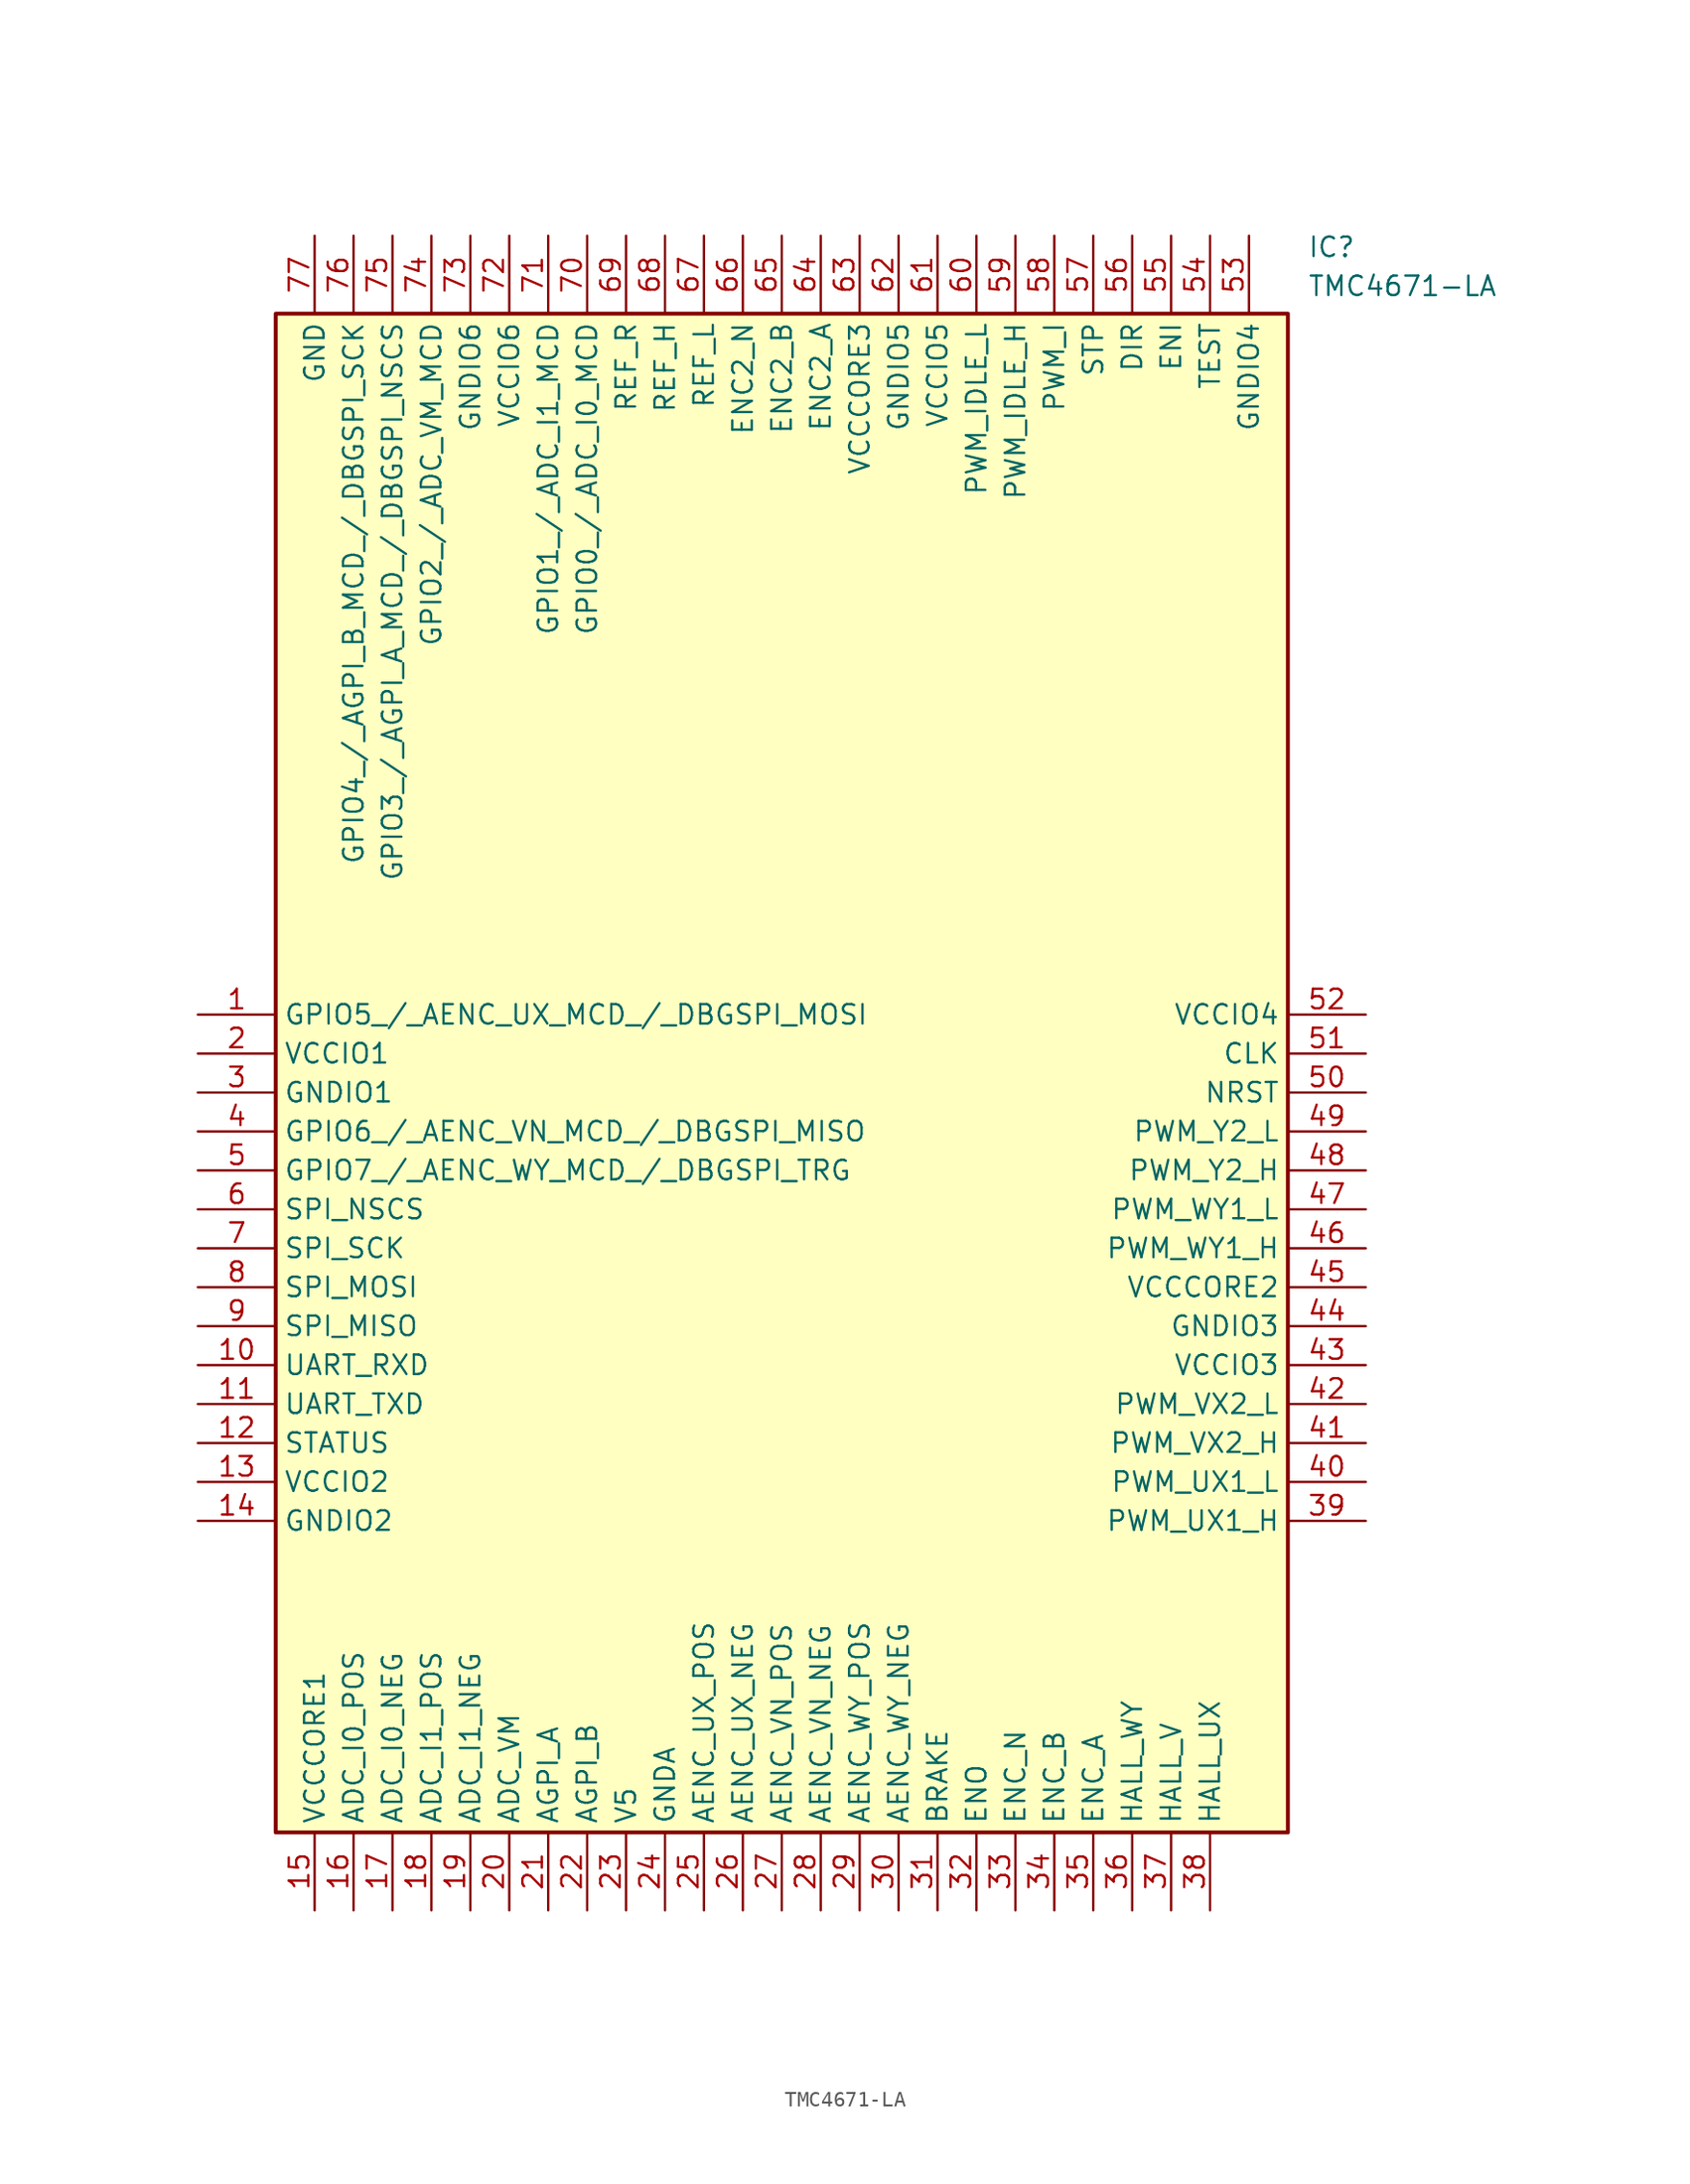
<source format=kicad_sym>
(kicad_symbol_lib
  (version 20211014)
  (generator SamacSys_ECAD_Model)
  (symbol "TMC4671-LA"
    (property "Reference" "IC"
      (at 72.39 50.8 0)
      (effects (font (size 1.27 1.27)) (justify left top)))
    (property "Value" "TMC4671-LA"
      (at 72.39 48.26 0)
      (effects (font (size 1.27 1.27)) (justify left top)))
    (rectangle
      (start 5.08 45.72)
      (end 71.12 -53.34)
      (stroke (width 0.254) (type default))
      (fill (type background)))
    (pin passive line
      (at 0 0 0)
      (length 5.08)
      (name "GPIO5_/_AENC_UX_MCD_/_DBGSPI_MOSI" (effects (font (size 1.27 1.27))))
      (number "1" (effects (font (size 1.27 1.27)))))
    (pin passive line
      (at 0 -2.54 0)
      (length 5.08)
      (name "VCCIO1" (effects (font (size 1.27 1.27))))
      (number "2" (effects (font (size 1.27 1.27)))))
    (pin passive line
      (at 0 -5.08 0)
      (length 5.08)
      (name "GNDIO1" (effects (font (size 1.27 1.27))))
      (number "3" (effects (font (size 1.27 1.27)))))
    (pin passive line
      (at 0 -7.62 0)
      (length 5.08)
      (name "GPIO6_/_AENC_VN_MCD_/_DBGSPI_MISO" (effects (font (size 1.27 1.27))))
      (number "4" (effects (font (size 1.27 1.27)))))
    (pin passive line
      (at 0 -10.16 0)
      (length 5.08)
      (name "GPIO7_/_AENC_WY_MCD_/_DBGSPI_TRG" (effects (font (size 1.27 1.27))))
      (number "5" (effects (font (size 1.27 1.27)))))
    (pin passive line
      (at 0 -12.7 0)
      (length 5.08)
      (name "SPI_NSCS" (effects (font (size 1.27 1.27))))
      (number "6" (effects (font (size 1.27 1.27)))))
    (pin passive line
      (at 0 -15.24 0)
      (length 5.08)
      (name "SPI_SCK" (effects (font (size 1.27 1.27))))
      (number "7" (effects (font (size 1.27 1.27)))))
    (pin passive line
      (at 0 -17.78 0)
      (length 5.08)
      (name "SPI_MOSI" (effects (font (size 1.27 1.27))))
      (number "8" (effects (font (size 1.27 1.27)))))
    (pin passive line
      (at 0 -20.32 0)
      (length 5.08)
      (name "SPI_MISO" (effects (font (size 1.27 1.27))))
      (number "9" (effects (font (size 1.27 1.27)))))
    (pin passive line
      (at 0 -22.86 0)
      (length 5.08)
      (name "UART_RXD" (effects (font (size 1.27 1.27))))
      (number "10" (effects (font (size 1.27 1.27)))))
    (pin passive line
      (at 0 -25.4 0)
      (length 5.08)
      (name "UART_TXD" (effects (font (size 1.27 1.27))))
      (number "11" (effects (font (size 1.27 1.27)))))
    (pin passive line
      (at 0 -27.94 0)
      (length 5.08)
      (name "STATUS" (effects (font (size 1.27 1.27))))
      (number "12" (effects (font (size 1.27 1.27)))))
    (pin passive line
      (at 0 -30.48 0)
      (length 5.08)
      (name "VCCIO2" (effects (font (size 1.27 1.27))))
      (number "13" (effects (font (size 1.27 1.27)))))
    (pin passive line
      (at 0 -33.02 0)
      (length 5.08)
      (name "GNDIO2" (effects (font (size 1.27 1.27))))
      (number "14" (effects (font (size 1.27 1.27)))))
    (pin passive line
      (at 7.62 -58.42 90)
      (length 5.08)
      (name "VCCCORE1" (effects (font (size 1.27 1.27))))
      (number "15" (effects (font (size 1.27 1.27)))))
    (pin passive line
      (at 10.16 -58.42 90)
      (length 5.08)
      (name "ADC_I0_POS" (effects (font (size 1.27 1.27))))
      (number "16" (effects (font (size 1.27 1.27)))))
    (pin passive line
      (at 12.7 -58.42 90)
      (length 5.08)
      (name "ADC_I0_NEG" (effects (font (size 1.27 1.27))))
      (number "17" (effects (font (size 1.27 1.27)))))
    (pin passive line
      (at 15.24 -58.42 90)
      (length 5.08)
      (name "ADC_I1_POS" (effects (font (size 1.27 1.27))))
      (number "18" (effects (font (size 1.27 1.27)))))
    (pin passive line
      (at 17.78 -58.42 90)
      (length 5.08)
      (name "ADC_I1_NEG" (effects (font (size 1.27 1.27))))
      (number "19" (effects (font (size 1.27 1.27)))))
    (pin passive line
      (at 20.32 -58.42 90)
      (length 5.08)
      (name "ADC_VM" (effects (font (size 1.27 1.27))))
      (number "20" (effects (font (size 1.27 1.27)))))
    (pin passive line
      (at 22.86 -58.42 90)
      (length 5.08)
      (name "AGPI_A" (effects (font (size 1.27 1.27))))
      (number "21" (effects (font (size 1.27 1.27)))))
    (pin passive line
      (at 25.4 -58.42 90)
      (length 5.08)
      (name "AGPI_B" (effects (font (size 1.27 1.27))))
      (number "22" (effects (font (size 1.27 1.27)))))
    (pin passive line
      (at 27.94 -58.42 90)
      (length 5.08)
      (name "V5" (effects (font (size 1.27 1.27))))
      (number "23" (effects (font (size 1.27 1.27)))))
    (pin passive line
      (at 30.48 -58.42 90)
      (length 5.08)
      (name "GNDA" (effects (font (size 1.27 1.27))))
      (number "24" (effects (font (size 1.27 1.27)))))
    (pin passive line
      (at 33.02 -58.42 90)
      (length 5.08)
      (name "AENC_UX_POS" (effects (font (size 1.27 1.27))))
      (number "25" (effects (font (size 1.27 1.27)))))
    (pin passive line
      (at 35.56 -58.42 90)
      (length 5.08)
      (name "AENC_UX_NEG" (effects (font (size 1.27 1.27))))
      (number "26" (effects (font (size 1.27 1.27)))))
    (pin passive line
      (at 38.1 -58.42 90)
      (length 5.08)
      (name "AENC_VN_POS" (effects (font (size 1.27 1.27))))
      (number "27" (effects (font (size 1.27 1.27)))))
    (pin passive line
      (at 40.64 -58.42 90)
      (length 5.08)
      (name "AENC_VN_NEG" (effects (font (size 1.27 1.27))))
      (number "28" (effects (font (size 1.27 1.27)))))
    (pin passive line
      (at 43.18 -58.42 90)
      (length 5.08)
      (name "AENC_WY_POS" (effects (font (size 1.27 1.27))))
      (number "29" (effects (font (size 1.27 1.27)))))
    (pin passive line
      (at 45.72 -58.42 90)
      (length 5.08)
      (name "AENC_WY_NEG" (effects (font (size 1.27 1.27))))
      (number "30" (effects (font (size 1.27 1.27)))))
    (pin passive line
      (at 48.26 -58.42 90)
      (length 5.08)
      (name "BRAKE" (effects (font (size 1.27 1.27))))
      (number "31" (effects (font (size 1.27 1.27)))))
    (pin passive line
      (at 50.8 -58.42 90)
      (length 5.08)
      (name "ENO" (effects (font (size 1.27 1.27))))
      (number "32" (effects (font (size 1.27 1.27)))))
    (pin passive line
      (at 53.34 -58.42 90)
      (length 5.08)
      (name "ENC_N" (effects (font (size 1.27 1.27))))
      (number "33" (effects (font (size 1.27 1.27)))))
    (pin passive line
      (at 55.88 -58.42 90)
      (length 5.08)
      (name "ENC_B" (effects (font (size 1.27 1.27))))
      (number "34" (effects (font (size 1.27 1.27)))))
    (pin passive line
      (at 58.42 -58.42 90)
      (length 5.08)
      (name "ENC_A" (effects (font (size 1.27 1.27))))
      (number "35" (effects (font (size 1.27 1.27)))))
    (pin passive line
      (at 60.96 -58.42 90)
      (length 5.08)
      (name "HALL_WY" (effects (font (size 1.27 1.27))))
      (number "36" (effects (font (size 1.27 1.27)))))
    (pin passive line
      (at 63.5 -58.42 90)
      (length 5.08)
      (name "HALL_V" (effects (font (size 1.27 1.27))))
      (number "37" (effects (font (size 1.27 1.27)))))
    (pin passive line
      (at 66.04 -58.42 90)
      (length 5.08)
      (name "HALL_UX" (effects (font (size 1.27 1.27))))
      (number "38" (effects (font (size 1.27 1.27)))))
    (pin passive line
      (at 76.2 0 180)
      (length 5.08)
      (name "VCCIO4" (effects (font (size 1.27 1.27))))
      (number "52" (effects (font (size 1.27 1.27)))))
    (pin passive line
      (at 76.2 -2.54 180)
      (length 5.08)
      (name "CLK" (effects (font (size 1.27 1.27))))
      (number "51" (effects (font (size 1.27 1.27)))))
    (pin passive line
      (at 76.2 -5.08 180)
      (length 5.08)
      (name "NRST" (effects (font (size 1.27 1.27))))
      (number "50" (effects (font (size 1.27 1.27)))))
    (pin passive line
      (at 76.2 -7.62 180)
      (length 5.08)
      (name "PWM_Y2_L" (effects (font (size 1.27 1.27))))
      (number "49" (effects (font (size 1.27 1.27)))))
    (pin passive line
      (at 76.2 -10.16 180)
      (length 5.08)
      (name "PWM_Y2_H" (effects (font (size 1.27 1.27))))
      (number "48" (effects (font (size 1.27 1.27)))))
    (pin passive line
      (at 76.2 -12.7 180)
      (length 5.08)
      (name "PWM_WY1_L" (effects (font (size 1.27 1.27))))
      (number "47" (effects (font (size 1.27 1.27)))))
    (pin passive line
      (at 76.2 -15.24 180)
      (length 5.08)
      (name "PWM_WY1_H" (effects (font (size 1.27 1.27))))
      (number "46" (effects (font (size 1.27 1.27)))))
    (pin passive line
      (at 76.2 -17.78 180)
      (length 5.08)
      (name "VCCCORE2" (effects (font (size 1.27 1.27))))
      (number "45" (effects (font (size 1.27 1.27)))))
    (pin passive line
      (at 76.2 -20.32 180)
      (length 5.08)
      (name "GNDIO3" (effects (font (size 1.27 1.27))))
      (number "44" (effects (font (size 1.27 1.27)))))
    (pin passive line
      (at 76.2 -22.86 180)
      (length 5.08)
      (name "VCCIO3" (effects (font (size 1.27 1.27))))
      (number "43" (effects (font (size 1.27 1.27)))))
    (pin passive line
      (at 76.2 -25.4 180)
      (length 5.08)
      (name "PWM_VX2_L" (effects (font (size 1.27 1.27))))
      (number "42" (effects (font (size 1.27 1.27)))))
    (pin passive line
      (at 76.2 -27.94 180)
      (length 5.08)
      (name "PWM_VX2_H" (effects (font (size 1.27 1.27))))
      (number "41" (effects (font (size 1.27 1.27)))))
    (pin passive line
      (at 76.2 -30.48 180)
      (length 5.08)
      (name "PWM_UX1_L" (effects (font (size 1.27 1.27))))
      (number "40" (effects (font (size 1.27 1.27)))))
    (pin passive line
      (at 76.2 -33.02 180)
      (length 5.08)
      (name "PWM_UX1_H" (effects (font (size 1.27 1.27))))
      (number "39" (effects (font (size 1.27 1.27)))))
    (pin passive line
      (at 7.62 50.8 270)
      (length 5.08)
      (name "GND" (effects (font (size 1.27 1.27))))
      (number "77" (effects (font (size 1.27 1.27)))))
    (pin passive line
      (at 10.16 50.8 270)
      (length 5.08)
      (name "GPIO4_/_AGPI_B_MCD_/_DBGSPI_SCK" (effects (font (size 1.27 1.27))))
      (number "76" (effects (font (size 1.27 1.27)))))
    (pin passive line
      (at 12.7 50.8 270)
      (length 5.08)
      (name "GPIO3_/_AGPI_A_MCD_/_DBGSPI_NSCS" (effects (font (size 1.27 1.27))))
      (number "75" (effects (font (size 1.27 1.27)))))
    (pin passive line
      (at 15.24 50.8 270)
      (length 5.08)
      (name "GPIO2_/_ADC_VM_MCD" (effects (font (size 1.27 1.27))))
      (number "74" (effects (font (size 1.27 1.27)))))
    (pin passive line
      (at 17.78 50.8 270)
      (length 5.08)
      (name "GNDIO6" (effects (font (size 1.27 1.27))))
      (number "73" (effects (font (size 1.27 1.27)))))
    (pin passive line
      (at 20.32 50.8 270)
      (length 5.08)
      (name "VCCIO6" (effects (font (size 1.27 1.27))))
      (number "72" (effects (font (size 1.27 1.27)))))
    (pin passive line
      (at 22.86 50.8 270)
      (length 5.08)
      (name "GPIO1_/_ADC_I1_MCD" (effects (font (size 1.27 1.27))))
      (number "71" (effects (font (size 1.27 1.27)))))
    (pin passive line
      (at 25.4 50.8 270)
      (length 5.08)
      (name "GPIO0_/_ADC_I0_MCD" (effects (font (size 1.27 1.27))))
      (number "70" (effects (font (size 1.27 1.27)))))
    (pin passive line
      (at 27.94 50.8 270)
      (length 5.08)
      (name "REF_R" (effects (font (size 1.27 1.27))))
      (number "69" (effects (font (size 1.27 1.27)))))
    (pin passive line
      (at 30.48 50.8 270)
      (length 5.08)
      (name "REF_H" (effects (font (size 1.27 1.27))))
      (number "68" (effects (font (size 1.27 1.27)))))
    (pin passive line
      (at 33.02 50.8 270)
      (length 5.08)
      (name "REF_L" (effects (font (size 1.27 1.27))))
      (number "67" (effects (font (size 1.27 1.27)))))
    (pin passive line
      (at 35.56 50.8 270)
      (length 5.08)
      (name "ENC2_N" (effects (font (size 1.27 1.27))))
      (number "66" (effects (font (size 1.27 1.27)))))
    (pin passive line
      (at 38.1 50.8 270)
      (length 5.08)
      (name "ENC2_B" (effects (font (size 1.27 1.27))))
      (number "65" (effects (font (size 1.27 1.27)))))
    (pin passive line
      (at 40.64 50.8 270)
      (length 5.08)
      (name "ENC2_A" (effects (font (size 1.27 1.27))))
      (number "64" (effects (font (size 1.27 1.27)))))
    (pin passive line
      (at 43.18 50.8 270)
      (length 5.08)
      (name "VCCCORE3" (effects (font (size 1.27 1.27))))
      (number "63" (effects (font (size 1.27 1.27)))))
    (pin passive line
      (at 45.72 50.8 270)
      (length 5.08)
      (name "GNDIO5" (effects (font (size 1.27 1.27))))
      (number "62" (effects (font (size 1.27 1.27)))))
    (pin passive line
      (at 48.26 50.8 270)
      (length 5.08)
      (name "VCCIO5" (effects (font (size 1.27 1.27))))
      (number "61" (effects (font (size 1.27 1.27)))))
    (pin passive line
      (at 50.8 50.8 270)
      (length 5.08)
      (name "PWM_IDLE_L" (effects (font (size 1.27 1.27))))
      (number "60" (effects (font (size 1.27 1.27)))))
    (pin passive line
      (at 53.34 50.8 270)
      (length 5.08)
      (name "PWM_IDLE_H" (effects (font (size 1.27 1.27))))
      (number "59" (effects (font (size 1.27 1.27)))))
    (pin passive line
      (at 55.88 50.8 270)
      (length 5.08)
      (name "PWM_I" (effects (font (size 1.27 1.27))))
      (number "58" (effects (font (size 1.27 1.27)))))
    (pin passive line
      (at 58.42 50.8 270)
      (length 5.08)
      (name "STP" (effects (font (size 1.27 1.27))))
      (number "57" (effects (font (size 1.27 1.27)))))
    (pin passive line
      (at 60.96 50.8 270)
      (length 5.08)
      (name "DIR" (effects (font (size 1.27 1.27))))
      (number "56" (effects (font (size 1.27 1.27)))))
    (pin passive line
      (at 63.5 50.8 270)
      (length 5.08)
      (name "ENI" (effects (font (size 1.27 1.27))))
      (number "55" (effects (font (size 1.27 1.27)))))
    (pin passive line
      (at 66.04 50.8 270)
      (length 5.08)
      (name "TEST" (effects (font (size 1.27 1.27))))
      (number "54" (effects (font (size 1.27 1.27)))))
    (pin passive line
      (at 68.58 50.8 270)
      (length 5.08)
      (name "GNDIO4" (effects (font (size 1.27 1.27))))
      (number "53" (effects (font (size 1.27 1.27)))))))
</source>
